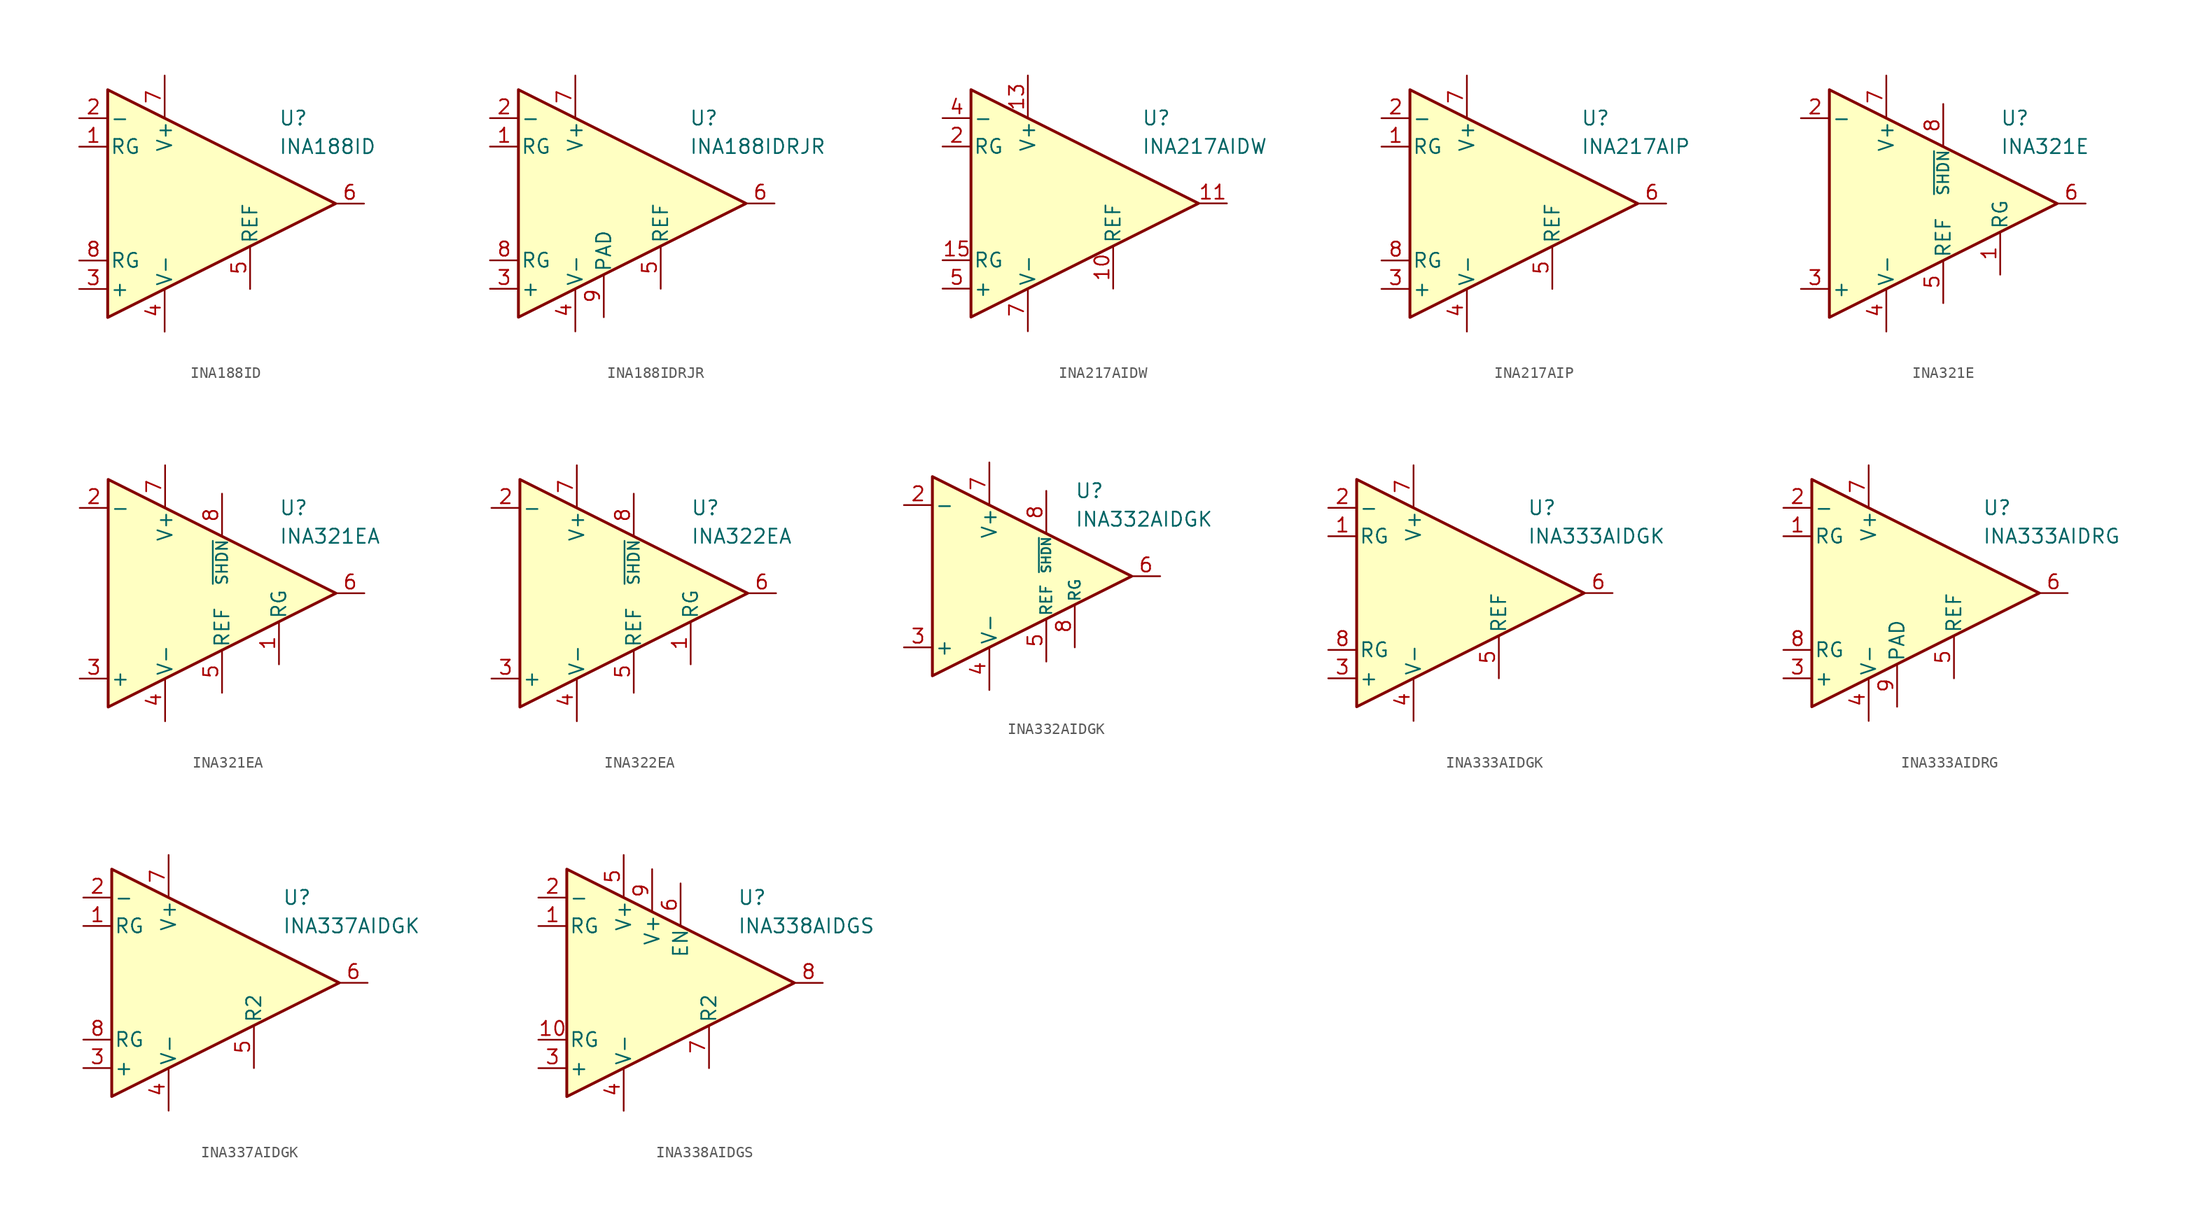
<source format=kicad_sym>
(kicad_symbol_lib
  (version 20211014)
  (generator kicad_symbol_editor)
  (symbol "INA188ID"
    (pin_names
      (offset 0.2))
    (property "Reference" "U"
      (at 6.35 7.62 0)
      (effects (font (size 1.27 1.27)) (justify left)))
    (property "Value" "INA188ID"
      (at 6.35 5.08 0)
      (effects (font (size 1.27 1.27)) (justify left)))
    (symbol "INA188ID_0_1"
      (polyline (pts (xy -8.89 10.16) (xy -8.89 -10.16) (xy 11.43 0) (xy -8.89 10.16)) (stroke (width 0.254) (type default) (color 0 0 0 0)) (fill (type background))))
    (symbol "INA188ID_1_1"
      (pin passive line (at -11.43 5.08 0) (length 2.54) (name "RG" (effects (font (size 1.27 1.27)))) (number "1" (effects (font (size 1.27 1.27)))))
      (pin input line (at -11.43 7.62 0) (length 2.54) (name "-" (effects (font (size 1.27 1.27)))) (number "2" (effects (font (size 1.27 1.27)))))
      (pin input line (at -11.43 -7.62 0) (length 2.54) (name "+" (effects (font (size 1.27 1.27)))) (number "3" (effects (font (size 1.27 1.27)))))
      (pin power_in line (at -3.81 -11.43 90) (length 3.81) (name "V-" (effects (font (size 1.27 1.27)))) (number "4" (effects (font (size 1.27 1.27)))))
      (pin input line (at 3.81 -7.62 90) (length 3.81) (name "REF" (effects (font (size 1.27 1.27)))) (number "5" (effects (font (size 1.27 1.27)))))
      (pin output line (at 13.97 0 180) (length 2.54) (name "~" (effects (font (size 1.27 1.27)))) (number "6" (effects (font (size 1.27 1.27)))))
      (pin power_in line (at -3.81 11.43 270) (length 3.81) (name "V+" (effects (font (size 1.27 1.27)))) (number "7" (effects (font (size 1.27 1.27)))))
      (pin passive line (at -11.43 -5.08 0) (length 2.54) (name "RG" (effects (font (size 1.27 1.27)))) (number "8" (effects (font (size 1.27 1.27)))))))
  (symbol "INA188IDRJR"
    (pin_names
      (offset 0.2))
    (property "Reference" "U"
      (at 6.35 7.62 0)
      (effects (font (size 1.27 1.27)) (justify left)))
    (property "Value" "INA188IDRJR"
      (at 6.35 5.08 0)
      (effects (font (size 1.27 1.27)) (justify left)))
    (symbol "INA188IDRJR_0_1"
      (polyline (pts (xy -8.89 10.16) (xy -8.89 -10.16) (xy 11.43 0) (xy -8.89 10.16)) (stroke (width 0.254) (type default) (color 0 0 0 0)) (fill (type background))))
    (symbol "INA188IDRJR_1_1"
      (pin passive line (at -11.43 5.08 0) (length 2.54) (name "RG" (effects (font (size 1.27 1.27)))) (number "1" (effects (font (size 1.27 1.27)))))
      (pin input line (at -11.43 7.62 0) (length 2.54) (name "-" (effects (font (size 1.27 1.27)))) (number "2" (effects (font (size 1.27 1.27)))))
      (pin input line (at -11.43 -7.62 0) (length 2.54) (name "+" (effects (font (size 1.27 1.27)))) (number "3" (effects (font (size 1.27 1.27)))))
      (pin power_in line (at -3.81 -11.43 90) (length 3.81) (name "V-" (effects (font (size 1.27 1.27)))) (number "4" (effects (font (size 1.27 1.27)))))
      (pin input line (at 3.81 -7.62 90) (length 3.81) (name "REF" (effects (font (size 1.27 1.27)))) (number "5" (effects (font (size 1.27 1.27)))))
      (pin output line (at 13.97 0 180) (length 2.54) (name "~" (effects (font (size 1.27 1.27)))) (number "6" (effects (font (size 1.27 1.27)))))
      (pin power_in line (at -3.81 11.43 270) (length 3.81) (name "V+" (effects (font (size 1.27 1.27)))) (number "7" (effects (font (size 1.27 1.27)))))
      (pin passive line (at -11.43 -5.08 0) (length 2.54) (name "RG" (effects (font (size 1.27 1.27)))) (number "8" (effects (font (size 1.27 1.27)))))
      (pin passive line (at -1.27 -10.16 90) (length 3.81) (name "PAD" (effects (font (size 1.27 1.27)))) (number "9" (effects (font (size 1.27 1.27)))))))
  (symbol "INA217AIDW"
    (pin_names
      (offset 0.2))
    (property "Reference" "U"
      (at 6.35 7.62 0)
      (effects (font (size 1.27 1.27)) (justify left)))
    (property "Value" "INA217AIDW"
      (at 6.35 5.08 0)
      (effects (font (size 1.27 1.27)) (justify left)))
    (symbol "INA217AIDW_0_1"
      (polyline (pts (xy -8.89 10.16) (xy -8.89 -10.16) (xy 11.43 0) (xy -8.89 10.16)) (stroke (width 0.254) (type default) (color 0 0 0 0)) (fill (type background))))
    (symbol "INA217AIDW_1_1"
      (pin no_connect line (at -6.35 3.81 0) (length 2.54) hide (name "NC" (effects (font (size 1.27 1.27)))) (number "1" (effects (font (size 1.27 1.27)))))
      (pin input line (at 3.81 -7.62 90) (length 3.81) (name "REF" (effects (font (size 1.27 1.27)))) (number "10" (effects (font (size 1.27 1.27)))))
      (pin output line (at 13.97 0 180) (length 2.54) (name "~" (effects (font (size 1.27 1.27)))) (number "11" (effects (font (size 1.27 1.27)))))
      (pin no_connect line (at -3.81 0 0) (length 2.54) hide (name "NC" (effects (font (size 1.27 1.27)))) (number "12" (effects (font (size 1.27 1.27)))))
      (pin power_in line (at -3.81 11.43 270) (length 3.81) (name "V+" (effects (font (size 1.27 1.27)))) (number "13" (effects (font (size 1.27 1.27)))))
      (pin no_connect line (at -3.81 -2.54 0) (length 2.54) hide (name "NC" (effects (font (size 1.27 1.27)))) (number "14" (effects (font (size 1.27 1.27)))))
      (pin passive line (at -11.43 -5.08 0) (length 2.54) (name "RG" (effects (font (size 1.27 1.27)))) (number "15" (effects (font (size 1.27 1.27)))))
      (pin no_connect line (at -3.81 -5.08 0) (length 2.54) hide (name "NC" (effects (font (size 1.27 1.27)))) (number "16" (effects (font (size 1.27 1.27)))))
      (pin passive line (at -11.43 5.08 0) (length 2.54) (name "RG" (effects (font (size 1.27 1.27)))) (number "2" (effects (font (size 1.27 1.27)))))
      (pin no_connect line (at -6.35 1.27 0) (length 2.54) hide (name "NC" (effects (font (size 1.27 1.27)))) (number "3" (effects (font (size 1.27 1.27)))))
      (pin input line (at -11.43 7.62 0) (length 2.54) (name "-" (effects (font (size 1.27 1.27)))) (number "4" (effects (font (size 1.27 1.27)))))
      (pin input line (at -11.43 -7.62 0) (length 2.54) (name "+" (effects (font (size 1.27 1.27)))) (number "5" (effects (font (size 1.27 1.27)))))
      (pin no_connect line (at -6.35 -1.27 0) (length 2.54) hide (name "NC" (effects (font (size 1.27 1.27)))) (number "6" (effects (font (size 1.27 1.27)))))
      (pin power_in line (at -3.81 -11.43 90) (length 3.81) (name "V-" (effects (font (size 1.27 1.27)))) (number "7" (effects (font (size 1.27 1.27)))))
      (pin no_connect line (at -6.35 -3.81 0) (length 2.54) hide (name "NC" (effects (font (size 1.27 1.27)))) (number "8" (effects (font (size 1.27 1.27)))))
      (pin no_connect line (at -3.81 2.54 0) (length 2.54) hide (name "NC" (effects (font (size 1.27 1.27)))) (number "9" (effects (font (size 1.27 1.27)))))))
  (symbol "INA217AIP"
    (pin_names
      (offset 0.2))
    (property "Reference" "U"
      (at 6.35 7.62 0)
      (effects (font (size 1.27 1.27)) (justify left)))
    (property "Value" "INA217AIP"
      (at 6.35 5.08 0)
      (effects (font (size 1.27 1.27)) (justify left)))
    (symbol "INA217AIP_0_1"
      (polyline (pts (xy -8.89 10.16) (xy -8.89 -10.16) (xy 11.43 0) (xy -8.89 10.16)) (stroke (width 0.254) (type default) (color 0 0 0 0)) (fill (type background))))
    (symbol "INA217AIP_1_1"
      (pin passive line (at -11.43 5.08 0) (length 2.54) (name "RG" (effects (font (size 1.27 1.27)))) (number "1" (effects (font (size 1.27 1.27)))))
      (pin input line (at -11.43 7.62 0) (length 2.54) (name "-" (effects (font (size 1.27 1.27)))) (number "2" (effects (font (size 1.27 1.27)))))
      (pin input line (at -11.43 -7.62 0) (length 2.54) (name "+" (effects (font (size 1.27 1.27)))) (number "3" (effects (font (size 1.27 1.27)))))
      (pin power_in line (at -3.81 -11.43 90) (length 3.81) (name "V-" (effects (font (size 1.27 1.27)))) (number "4" (effects (font (size 1.27 1.27)))))
      (pin input line (at 3.81 -7.62 90) (length 3.81) (name "REF" (effects (font (size 1.27 1.27)))) (number "5" (effects (font (size 1.27 1.27)))))
      (pin output line (at 13.97 0 180) (length 2.54) (name "~" (effects (font (size 1.27 1.27)))) (number "6" (effects (font (size 1.27 1.27)))))
      (pin power_in line (at -3.81 11.43 270) (length 3.81) (name "V+" (effects (font (size 1.27 1.27)))) (number "7" (effects (font (size 1.27 1.27)))))
      (pin passive line (at -11.43 -5.08 0) (length 2.54) (name "RG" (effects (font (size 1.27 1.27)))) (number "8" (effects (font (size 1.27 1.27)))))))
  (symbol "INA321E"
    (pin_names
      (offset 0.2))
    (property "Reference" "U"
      (at 6.35 7.62 0)
      (effects (font (size 1.27 1.27)) (justify left)))
    (property "Value" "INA321E"
      (at 6.35 5.08 0)
      (effects (font (size 1.27 1.27)) (justify left)))
    (symbol "INA321E_0_1"
      (polyline (pts (xy -8.89 10.16) (xy -8.89 -10.16) (xy 11.43 0) (xy -8.89 10.16)) (stroke (width 0.254) (type default) (color 0 0 0 0)) (fill (type background))))
    (symbol "INA321E_1_1"
      (pin passive line (at 6.35 -6.35 90) (length 3.81) (name "RG" (effects (font (size 1.27 1.27)))) (number "1" (effects (font (size 1.27 1.27)))))
      (pin input line (at -11.43 7.62 0) (length 2.54) (name "-" (effects (font (size 1.27 1.27)))) (number "2" (effects (font (size 1.27 1.27)))))
      (pin input line (at -11.43 -7.62 0) (length 2.54) (name "+" (effects (font (size 1.27 1.27)))) (number "3" (effects (font (size 1.27 1.27)))))
      (pin power_in line (at -3.81 -11.43 90) (length 3.81) (name "V-" (effects (font (size 1.27 1.27)))) (number "4" (effects (font (size 1.27 1.27)))))
      (pin input line (at 1.27 -8.89 90) (length 3.81) (name "REF" (effects (font (size 1.27 1.27)))) (number "5" (effects (font (size 1.27 1.27)))))
      (pin output line (at 13.97 0 180) (length 2.54) (name "~" (effects (font (size 1.27 1.27)))) (number "6" (effects (font (size 1.27 1.27)))))
      (pin power_in line (at -3.81 11.43 270) (length 3.81) (name "V+" (effects (font (size 1.27 1.27)))) (number "7" (effects (font (size 1.27 1.27)))))
      (pin input line (at 1.27 8.89 270) (length 3.81) (name "~{SHDN}" (effects (font (size 1 1)))) (number "8" (effects (font (size 1.27 1.27)))))))
  (symbol "INA321EA"
    (pin_names
      (offset 0.2))
    (property "Reference" "U"
      (at 6.35 7.62 0)
      (effects (font (size 1.27 1.27)) (justify left)))
    (property "Value" "INA321EA"
      (at 6.35 5.08 0)
      (effects (font (size 1.27 1.27)) (justify left)))
    (symbol "INA321EA_0_1"
      (polyline (pts (xy -8.89 10.16) (xy -8.89 -10.16) (xy 11.43 0) (xy -8.89 10.16)) (stroke (width 0.254) (type default) (color 0 0 0 0)) (fill (type background))))
    (symbol "INA321EA_1_1"
      (pin passive line (at 6.35 -6.35 90) (length 3.81) (name "RG" (effects (font (size 1.27 1.27)))) (number "1" (effects (font (size 1.27 1.27)))))
      (pin input line (at -11.43 7.62 0) (length 2.54) (name "-" (effects (font (size 1.27 1.27)))) (number "2" (effects (font (size 1.27 1.27)))))
      (pin input line (at -11.43 -7.62 0) (length 2.54) (name "+" (effects (font (size 1.27 1.27)))) (number "3" (effects (font (size 1.27 1.27)))))
      (pin power_in line (at -3.81 -11.43 90) (length 3.81) (name "V-" (effects (font (size 1.27 1.27)))) (number "4" (effects (font (size 1.27 1.27)))))
      (pin input line (at 1.27 -8.89 90) (length 3.81) (name "REF" (effects (font (size 1.27 1.27)))) (number "5" (effects (font (size 1.27 1.27)))))
      (pin output line (at 13.97 0 180) (length 2.54) (name "~" (effects (font (size 1.27 1.27)))) (number "6" (effects (font (size 1.27 1.27)))))
      (pin power_in line (at -3.81 11.43 270) (length 3.81) (name "V+" (effects (font (size 1.27 1.27)))) (number "7" (effects (font (size 1.27 1.27)))))
      (pin input line (at 1.27 8.89 270) (length 3.81) (name "~{SHDN}" (effects (font (size 1 1)))) (number "8" (effects (font (size 1.27 1.27)))))))
  (symbol "INA322EA"
    (pin_names
      (offset 0.2))
    (property "Reference" "U"
      (at 6.35 7.62 0)
      (effects (font (size 1.27 1.27)) (justify left)))
    (property "Value" "INA322EA"
      (at 6.35 5.08 0)
      (effects (font (size 1.27 1.27)) (justify left)))
    (symbol "INA322EA_0_1"
      (polyline (pts (xy -8.89 10.16) (xy -8.89 -10.16) (xy 11.43 0) (xy -8.89 10.16)) (stroke (width 0.254) (type default) (color 0 0 0 0)) (fill (type background))))
    (symbol "INA322EA_1_1"
      (pin passive line (at 6.35 -6.35 90) (length 3.81) (name "RG" (effects (font (size 1.27 1.27)))) (number "1" (effects (font (size 1.27 1.27)))))
      (pin input line (at -11.43 7.62 0) (length 2.54) (name "-" (effects (font (size 1.27 1.27)))) (number "2" (effects (font (size 1.27 1.27)))))
      (pin input line (at -11.43 -7.62 0) (length 2.54) (name "+" (effects (font (size 1.27 1.27)))) (number "3" (effects (font (size 1.27 1.27)))))
      (pin power_in line (at -3.81 -11.43 90) (length 3.81) (name "V-" (effects (font (size 1.27 1.27)))) (number "4" (effects (font (size 1.27 1.27)))))
      (pin input line (at 1.27 -8.89 90) (length 3.81) (name "REF" (effects (font (size 1.27 1.27)))) (number "5" (effects (font (size 1.27 1.27)))))
      (pin output line (at 13.97 0 180) (length 2.54) (name "~" (effects (font (size 1.27 1.27)))) (number "6" (effects (font (size 1.27 1.27)))))
      (pin power_in line (at -3.81 11.43 270) (length 3.81) (name "V+" (effects (font (size 1.27 1.27)))) (number "7" (effects (font (size 1.27 1.27)))))
      (pin input line (at 1.27 8.89 270) (length 3.81) (name "~{SHDN}" (effects (font (size 1 1)))) (number "8" (effects (font (size 1.27 1.27)))))))
  (symbol "INA332AIDGK"
    (pin_names
      (offset 0.2))
    (property "Reference" "U"
      (at 6.35 7.62 0)
      (effects (font (size 1.27 1.27)) (justify left)))
    (property "Value" "INA332AIDGK"
      (at 6.35 5.08 0)
      (effects (font (size 1.27 1.27)) (justify left)))
    (symbol "INA332AIDGK_0_1"
      (polyline (pts (xy -6.35 8.89) (xy -6.35 -8.89) (xy 11.43 0) (xy -6.35 8.89)) (stroke (width 0.254) (type default) (color 0 0 0 0)) (fill (type background))))
    (symbol "INA332AIDGK_1_1"
      (pin input line (at -8.89 6.35 0) (length 2.54) (name "-" (effects (font (size 1.27 1.27)))) (number "2" (effects (font (size 1.27 1.27)))))
      (pin input line (at -8.89 -6.35 0) (length 2.54) (name "+" (effects (font (size 1.27 1.27)))) (number "3" (effects (font (size 1.27 1.27)))))
      (pin power_in line (at -1.27 -10.16 90) (length 3.81) (name "V-" (effects (font (size 1.27 1.27)))) (number "4" (effects (font (size 1.27 1.27)))))
      (pin input line (at 3.81 -7.62 90) (length 3.81) (name "REF" (effects (font (size 1 1)))) (number "5" (effects (font (size 1.27 1.27)))))
      (pin output line (at 13.97 0 180) (length 2.54) (name "~" (effects (font (size 1.27 1.27)))) (number "6" (effects (font (size 1.27 1.27)))))
      (pin power_in line (at -1.27 10.16 270) (length 3.81) (name "V+" (effects (font (size 1.27 1.27)))) (number "7" (effects (font (size 1.27 1.27)))))
      (pin input line (at 6.35 -6.35 90) (length 3.81) (name "RG" (effects (font (size 1 1)))) (number "8" (effects (font (size 1.27 1.27)))))
      (pin input line (at 3.81 7.62 270) (length 3.81) (name "~{SHDN}" (effects (font (size 0.8 0.8)))) (number "8" (effects (font (size 1.27 1.27)))))))
  (symbol "INA333AIDGK"
    (pin_names
      (offset 0.2))
    (property "Reference" "U"
      (at 6.35 7.62 0)
      (effects (font (size 1.27 1.27)) (justify left)))
    (property "Value" "INA333AIDGK"
      (at 6.35 5.08 0)
      (effects (font (size 1.27 1.27)) (justify left)))
    (symbol "INA333AIDGK_0_1"
      (polyline (pts (xy -8.89 10.16) (xy -8.89 -10.16) (xy 11.43 0) (xy -8.89 10.16)) (stroke (width 0.254) (type default) (color 0 0 0 0)) (fill (type background))))
    (symbol "INA333AIDGK_1_1"
      (pin passive line (at -11.43 5.08 0) (length 2.54) (name "RG" (effects (font (size 1.27 1.27)))) (number "1" (effects (font (size 1.27 1.27)))))
      (pin input line (at -11.43 7.62 0) (length 2.54) (name "-" (effects (font (size 1.27 1.27)))) (number "2" (effects (font (size 1.27 1.27)))))
      (pin input line (at -11.43 -7.62 0) (length 2.54) (name "+" (effects (font (size 1.27 1.27)))) (number "3" (effects (font (size 1.27 1.27)))))
      (pin power_in line (at -3.81 -11.43 90) (length 3.81) (name "V-" (effects (font (size 1.27 1.27)))) (number "4" (effects (font (size 1.27 1.27)))))
      (pin input line (at 3.81 -7.62 90) (length 3.81) (name "REF" (effects (font (size 1.27 1.27)))) (number "5" (effects (font (size 1.27 1.27)))))
      (pin output line (at 13.97 0 180) (length 2.54) (name "~" (effects (font (size 1.27 1.27)))) (number "6" (effects (font (size 1.27 1.27)))))
      (pin power_in line (at -3.81 11.43 270) (length 3.81) (name "V+" (effects (font (size 1.27 1.27)))) (number "7" (effects (font (size 1.27 1.27)))))
      (pin passive line (at -11.43 -5.08 0) (length 2.54) (name "RG" (effects (font (size 1.27 1.27)))) (number "8" (effects (font (size 1.27 1.27)))))))
  (symbol "INA333AIDRG"
    (pin_names
      (offset 0.2))
    (property "Reference" "U"
      (at 6.35 7.62 0)
      (effects (font (size 1.27 1.27)) (justify left)))
    (property "Value" "INA333AIDRG"
      (at 6.35 5.08 0)
      (effects (font (size 1.27 1.27)) (justify left)))
    (symbol "INA333AIDRG_0_1"
      (polyline (pts (xy -8.89 10.16) (xy -8.89 -10.16) (xy 11.43 0) (xy -8.89 10.16)) (stroke (width 0.254) (type default) (color 0 0 0 0)) (fill (type background))))
    (symbol "INA333AIDRG_1_1"
      (pin passive line (at -11.43 5.08 0) (length 2.54) (name "RG" (effects (font (size 1.27 1.27)))) (number "1" (effects (font (size 1.27 1.27)))))
      (pin input line (at -11.43 7.62 0) (length 2.54) (name "-" (effects (font (size 1.27 1.27)))) (number "2" (effects (font (size 1.27 1.27)))))
      (pin input line (at -11.43 -7.62 0) (length 2.54) (name "+" (effects (font (size 1.27 1.27)))) (number "3" (effects (font (size 1.27 1.27)))))
      (pin power_in line (at -3.81 -11.43 90) (length 3.81) (name "V-" (effects (font (size 1.27 1.27)))) (number "4" (effects (font (size 1.27 1.27)))))
      (pin input line (at 3.81 -7.62 90) (length 3.81) (name "REF" (effects (font (size 1.27 1.27)))) (number "5" (effects (font (size 1.27 1.27)))))
      (pin output line (at 13.97 0 180) (length 2.54) (name "~" (effects (font (size 1.27 1.27)))) (number "6" (effects (font (size 1.27 1.27)))))
      (pin power_in line (at -3.81 11.43 270) (length 3.81) (name "V+" (effects (font (size 1.27 1.27)))) (number "7" (effects (font (size 1.27 1.27)))))
      (pin passive line (at -11.43 -5.08 0) (length 2.54) (name "RG" (effects (font (size 1.27 1.27)))) (number "8" (effects (font (size 1.27 1.27)))))
      (pin power_in line (at -1.27 -10.16 90) (length 3.81) (name "PAD" (effects (font (size 1.27 1.27)))) (number "9" (effects (font (size 1.27 1.27)))))))
  (symbol "INA337AIDGK"
    (pin_names
      (offset 0.2))
    (property "Reference" "U"
      (at 6.35 7.62 0)
      (effects (font (size 1.27 1.27)) (justify left)))
    (property "Value" "INA337AIDGK"
      (at 6.35 5.08 0)
      (effects (font (size 1.27 1.27)) (justify left)))
    (symbol "INA337AIDGK_0_1"
      (polyline (pts (xy -8.89 10.16) (xy -8.89 -10.16) (xy 11.43 0) (xy -8.89 10.16)) (stroke (width 0.254) (type default) (color 0 0 0 0)) (fill (type background))))
    (symbol "INA337AIDGK_1_1"
      (pin passive line (at -11.43 5.08 0) (length 2.54) (name "RG" (effects (font (size 1.27 1.27)))) (number "1" (effects (font (size 1.27 1.27)))))
      (pin input line (at -11.43 7.62 0) (length 2.54) (name "-" (effects (font (size 1.27 1.27)))) (number "2" (effects (font (size 1.27 1.27)))))
      (pin input line (at -11.43 -7.62 0) (length 2.54) (name "+" (effects (font (size 1.27 1.27)))) (number "3" (effects (font (size 1.27 1.27)))))
      (pin power_in line (at -3.81 -11.43 90) (length 3.81) (name "V-" (effects (font (size 1.27 1.27)))) (number "4" (effects (font (size 1.27 1.27)))))
      (pin passive line (at 3.81 -7.62 90) (length 3.81) (name "R2" (effects (font (size 1.27 1.27)))) (number "5" (effects (font (size 1.27 1.27)))))
      (pin output line (at 13.97 0 180) (length 2.54) (name "~" (effects (font (size 1.27 1.27)))) (number "6" (effects (font (size 1.27 1.27)))))
      (pin power_in line (at -3.81 11.43 270) (length 3.81) (name "V+" (effects (font (size 1.27 1.27)))) (number "7" (effects (font (size 1.27 1.27)))))
      (pin passive line (at -11.43 -5.08 0) (length 2.54) (name "RG" (effects (font (size 1.27 1.27)))) (number "8" (effects (font (size 1.27 1.27)))))))
  (symbol "INA338AIDGS"
    (pin_names
      (offset 0.2))
    (property "Reference" "U"
      (at 6.35 7.62 0)
      (effects (font (size 1.27 1.27)) (justify left)))
    (property "Value" "INA338AIDGS"
      (at 6.35 5.08 0)
      (effects (font (size 1.27 1.27)) (justify left)))
    (symbol "INA338AIDGS_0_1"
      (polyline (pts (xy -8.89 10.16) (xy -8.89 -10.16) (xy 11.43 0) (xy -8.89 10.16)) (stroke (width 0.254) (type default) (color 0 0 0 0)) (fill (type background))))
    (symbol "INA338AIDGS_1_1"
      (pin passive line (at -11.43 5.08 0) (length 2.54) (name "RG" (effects (font (size 1.27 1.27)))) (number "1" (effects (font (size 1.27 1.27)))))
      (pin passive line (at -11.43 -5.08 0) (length 2.54) (name "RG" (effects (font (size 1.27 1.27)))) (number "10" (effects (font (size 1.27 1.27)))))
      (pin input line (at -11.43 7.62 0) (length 2.54) (name "-" (effects (font (size 1.27 1.27)))) (number "2" (effects (font (size 1.27 1.27)))))
      (pin input line (at -11.43 -7.62 0) (length 2.54) (name "+" (effects (font (size 1.27 1.27)))) (number "3" (effects (font (size 1.27 1.27)))))
      (pin power_in line (at -3.81 -11.43 90) (length 3.81) (name "V-" (effects (font (size 1.27 1.27)))) (number "4" (effects (font (size 1.27 1.27)))))
      (pin power_in line (at -3.81 11.43 270) (length 3.81) (name "V+" (effects (font (size 1.27 1.27)))) (number "5" (effects (font (size 1.27 1.27)))))
      (pin input line (at 1.27 8.89 270) (length 3.81) (name "EN" (effects (font (size 1.27 1.27)))) (number "6" (effects (font (size 1.27 1.27)))))
      (pin passive line (at 3.81 -7.62 90) (length 3.81) (name "R2" (effects (font (size 1.27 1.27)))) (number "7" (effects (font (size 1.27 1.27)))))
      (pin output line (at 13.97 0 180) (length 2.54) (name "~" (effects (font (size 1.27 1.27)))) (number "8" (effects (font (size 1.27 1.27)))))
      (pin power_in line (at -1.27 10.16 270) (length 3.81) (name "V+" (effects (font (size 1.27 1.27)))) (number "9" (effects (font (size 1.27 1.27))))))))
</source>
